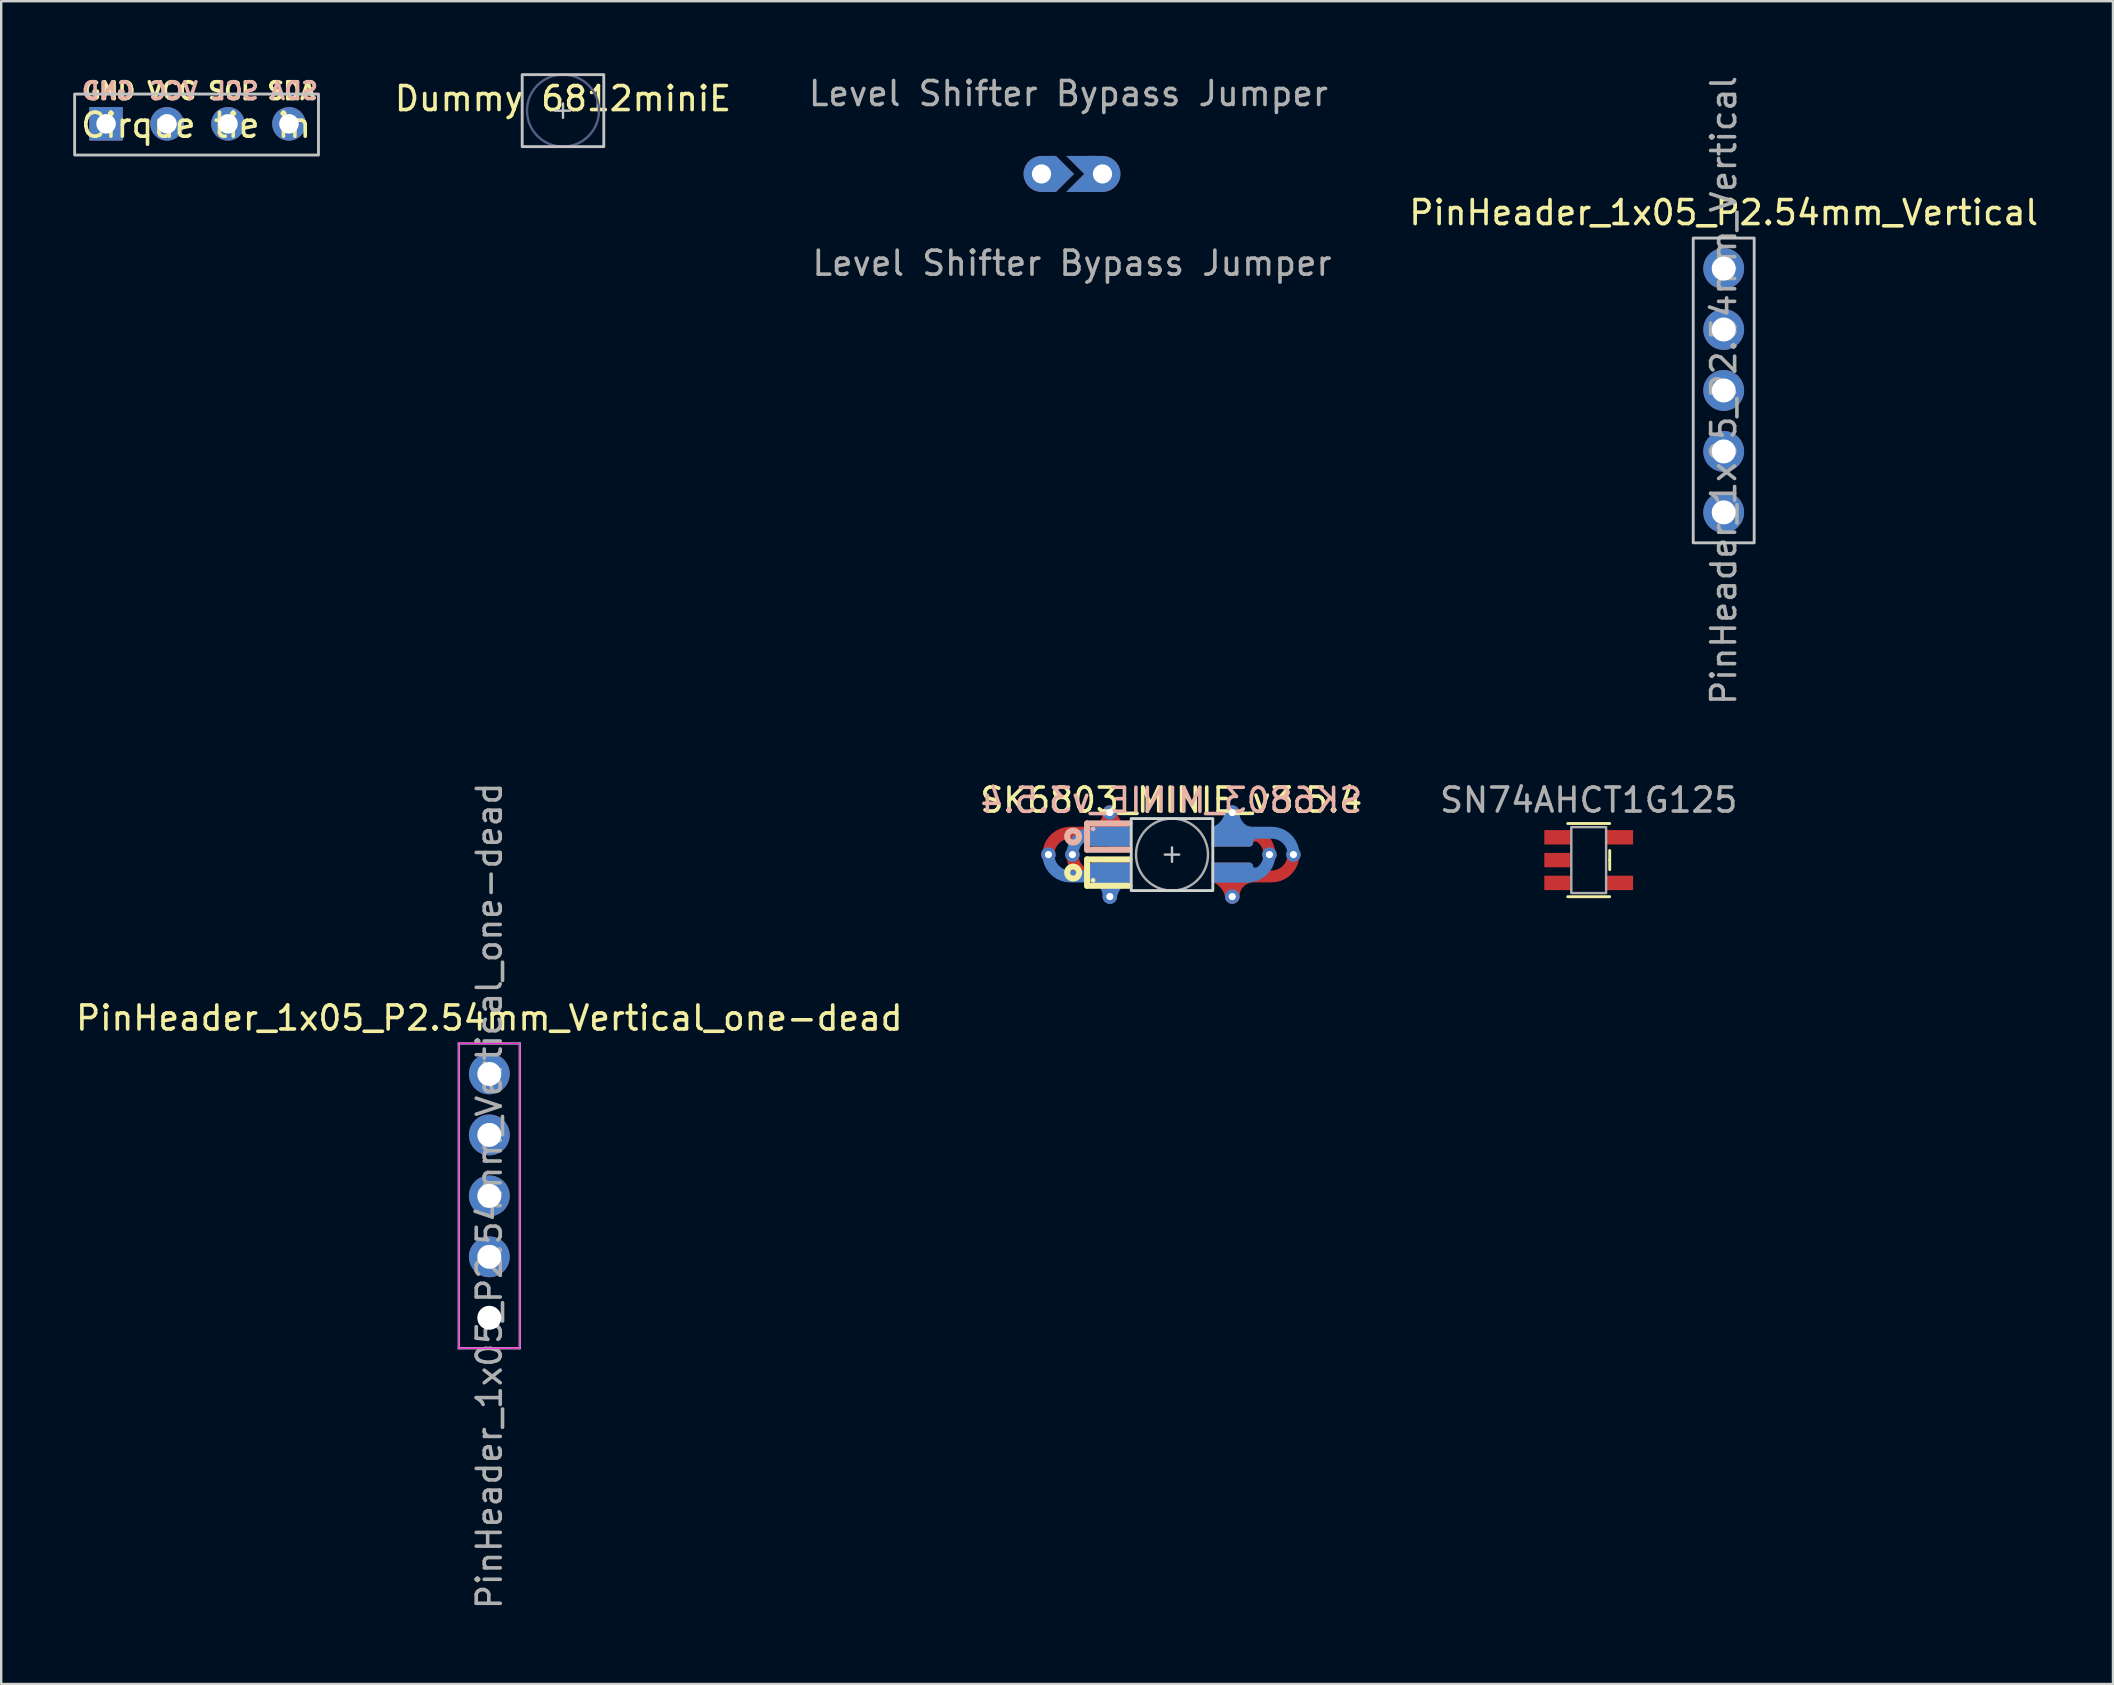
<source format=kicad_pcb>
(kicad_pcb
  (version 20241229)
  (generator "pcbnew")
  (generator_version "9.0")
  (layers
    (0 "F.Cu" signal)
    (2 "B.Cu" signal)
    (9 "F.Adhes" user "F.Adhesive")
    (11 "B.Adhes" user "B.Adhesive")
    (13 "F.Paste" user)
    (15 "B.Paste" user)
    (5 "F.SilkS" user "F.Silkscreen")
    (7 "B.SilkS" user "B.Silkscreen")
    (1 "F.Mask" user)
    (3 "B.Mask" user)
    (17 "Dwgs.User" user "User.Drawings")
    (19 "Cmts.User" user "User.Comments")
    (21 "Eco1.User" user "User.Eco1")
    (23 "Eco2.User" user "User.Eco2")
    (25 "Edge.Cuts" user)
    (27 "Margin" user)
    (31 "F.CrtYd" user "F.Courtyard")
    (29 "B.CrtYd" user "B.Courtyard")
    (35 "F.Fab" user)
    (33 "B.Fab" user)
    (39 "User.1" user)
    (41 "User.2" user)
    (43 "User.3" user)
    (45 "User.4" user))
  (footprint "PinHeader_1x05_P2.54mm_Vertical_one-dead"
    (layer "F.Cu")
    (at 17.339 41.7)
    (property "Reference" "PinHeader_1x05_P2.54mm_Vertical_one-dead" (at 0 -2.33 0) (layer "F.SilkS") (effects (font (size 1 1) (thickness 0.15))))
    (attr through_hole)
    (fp_rect (start -1.27 -1.27) (end 1.27 11.43) (stroke (width 0.05) (type default)) (fill no) (layer "F.CrtYd"))
    (fp_line (start -1.27 -1.27) (end 1.27 -1.27) (stroke (width 0.1) (type solid)) (layer "F.Fab"))
    (fp_line (start -1.27 11.43) (end -1.27 -1.27) (stroke (width 0.1) (type solid)) (layer "F.Fab"))
    (fp_line (start 1.27 -1.27) (end 1.27 11.43) (stroke (width 0.1) (type solid)) (layer "F.Fab"))
    (fp_line (start 1.27 11.43) (end -1.27 11.43) (stroke (width 0.1) (type solid)) (layer "F.Fab"))
    (fp_text user "${REFERENCE}" (at 0 5.08 90) (layer "F.Fab") (effects (font (size 1 1) (thickness 0.15))))
    (pad "" np_thru_hole circle (at 0 10.16) (size 1 1) (drill 1) (layers "*.Cu" "*.Mask"))
    (pad "1" thru_hole circle (at 0 0) (size 1.7 1.7) (drill 1) (layers "*.Cu" "*.Mask"))
    (pad "2" thru_hole oval (at 0 2.54) (size 1.7 1.7) (drill 1) (layers "*.Cu" "*.Mask"))
    (pad "3" thru_hole oval (at 0 5.08) (size 1.7 1.7) (drill 1) (layers "*.Cu" "*.Mask"))
    (pad "4" thru_hole oval (at 0 7.62) (size 1.7 1.7) (drill 1) (layers "*.Cu" "*.Mask")))
  (footprint "Dummy 6812miniE"
    (layer "F.Cu")
    (at 20.409 1.56)
    (property "Reference" "Dummy 6812miniE" (at 0 -0.5 0) (unlocked yes) (layer "F.SilkS") (effects (font (size 1 1) (thickness 0.15))))
    (attr smd board_only allow_missing_courtyard)
    (fp_line (start -0.3 0) (end 0.3 0) (stroke (width 0.1) (type solid)) (layer "Dwgs.User"))
    (fp_line (start 0 -0.3) (end 0 0.3) (stroke (width 0.1) (type solid)) (layer "Dwgs.User"))
    (fp_rect (start -1.7 -1.5) (end 1.7 1.5) (stroke (width 0.12) (type default)) (fill no) (layer "Dwgs.User"))
    (fp_circle (center 0 0) (end 0 1.5) (stroke (width 0.1) (type solid)) (fill no) (layer "B.Fab")))
  (footprint "SK6803_MINIE_v3.5.4"
    (layer "F.Cu")
    (at 45.756 32.559)
    (property "Reference" "SK6803_MINIE_v3.5.4" (at 0 -2.26 0) (layer "B.SilkS") (effects (font (size 1 1) (thickness 0.15)) (justify mirror)))
    (attr through_hole)
    (fp_line (start -3.51 1.3) (end -3.51 0.2) (stroke (width 0.25) (type solid)) (layer "F.SilkS"))
    (fp_line (start -1.74 0.2) (end -3.51 0.2) (stroke (width 0.25) (type solid)) (layer "F.SilkS"))
    (fp_line (start -1.74 1.3) (end -3.51 1.3) (stroke (width 0.25) (type solid)) (layer "F.SilkS"))
    (fp_circle (center -4.09 0.75) (end -4.34 0.75) (stroke (width 0.25) (type default)) (fill no) (layer "F.SilkS"))
    (fp_circle (center -3.26 1.072) (end -3.36 1.072) (stroke (width 0) (type solid)) (fill yes) (layer "F.SilkS"))
    (fp_line (start -3.51 -1.3) (end -3.51 -0.2) (stroke (width 0.25) (type solid)) (layer "B.SilkS"))
    (fp_line (start -1.74 -1.3) (end -3.51 -1.3) (stroke (width 0.25) (type solid)) (layer "B.SilkS"))
    (fp_line (start -1.74 -0.2) (end -3.51 -0.2) (stroke (width 0.25) (type solid)) (layer "B.SilkS"))
    (fp_circle (center -4.09 -0.75) (end -4.34 -0.75) (stroke (width 0.25) (type default)) (fill no) (layer "B.SilkS"))
    (fp_circle (center -3.26 -1.072) (end -3.36 -1.072) (stroke (width 0) (type solid)) (fill yes) (layer "B.SilkS"))
    (fp_line (start 0.03 -0.3) (end 0.03 0.3) (stroke (width 0.1) (type solid)) (layer "Dwgs.User"))
    (fp_line (start 0.33 0) (end -0.27 0) (stroke (width 0.1) (type solid)) (layer "Dwgs.User"))
    (fp_rect (start 1.73 -1.5) (end -1.67 1.5) (stroke (width 0.12) (type default)) (fill no) (layer "Edge.Cuts"))
    (fp_circle (center 0.03 0) (end 0.03 1.5) (stroke (width 0.1) (type solid)) (fill no) (layer "F.Fab"))
    (fp_text user "${REFERENCE}" (at 0 -2.27 0) (layer "F.SilkS") (effects (font (size 1 1) (thickness 0.15))))
    (pad "1" smd custom (at 2.54 -0.75 180) (size 0.82 0.82) (layers "F.Cu") (options (anchor circle)) (primitives (gr_poly (pts (xy 0.85 -0.41) (xy -0.727 -0.41) (xy -0.774 -0.401) (xy -0.814 -0.374) (xy -0.841 -0.334) (xy -0.85 -0.287) (xy -0.85 0.287) (xy -0.841 0.334) (xy -0.814 0.374) (xy -0.774 0.401) (xy -0.727 0.41) (xy 0.85 0.41)) (width 0) (fill yes)) (gr_arc (start -0.778482 -0.289144) (mid -0.899992 -0.139997) (end -1.088917 -0.176284) (width 0.15)) (gr_arc (start -0.64 0.159999) (mid -1.283467 -0.106534) (end -1.55 -0.750001) (width 0.5))))
    (pad "1" smd roundrect (at 2.54 -0.75 180) (size 1.7 0.82) (layers "F.Cu" "F.Mask" "F.Paste") (roundrect_rratio 0.15) (chamfer_ratio 0) (chamfer top_right bottom_right))
    (pad "1" smd custom (at 2.54 0.75) (size 0.82 0.82) (layers "B.Cu") (options (anchor circle)) (primitives (gr_poly (pts (xy 0.85 -0.287) (xy 0.841 -0.334) (xy 0.814 -0.374) (xy 0.774 -0.401) (xy 0.727 -0.41) (xy -0.85 -0.41) (xy -0.85 0.41) (xy 0.727 0.41) (xy 0.774 0.401) (xy 0.814 0.374) (xy 0.841 0.334) (xy 0.85 0.287)) (width 0) (fill yes)) (gr_arc (start 1.55 -0.749999) (mid 1.283467 -0.106532) (end 0.64 0.16) (width 0.5)) (gr_arc (start 1.101823 -0.182277) (mid 0.902748 -0.140006) (end 0.770001 -0.294265) (width 0.15))))
    (pad "1" smd roundrect (at 2.54 0.75) (size 1.7 0.82) (layers "B.Cu" "B.Mask" "B.Paste") (roundrect_rratio 0.15) (chamfer_ratio 0) (chamfer top_left bottom_left))
    (pad "1" thru_hole circle (at 4.09 0.000001) (size 0.6 0.6) (drill 0.3) (layers "*.Cu"))
    (pad "2" thru_hole circle (at 2.54 -1.75) (size 0.6 0.6) (drill 0.3) (layers "*.Cu"))
    (pad "2" smd custom (at 2.54 -0.75) (size 0.82 0.82) (layers "B.Cu") (options (anchor circle)) (primitives (gr_poly (pts (xy 0.85 -0.287) (xy 0.841 -0.334) (xy 0.814 -0.374) (xy 0.774 -0.401) (xy 0.727 -0.41) (xy -0.85 -0.41) (xy -0.85 0.41) (xy 0.727 0.41) (xy 0.774 0.401) (xy 0.814 0.374) (xy 0.841 0.334) (xy 0.85 0.287)) (width 0) (fill yes)) (gr_arc (start -0.000001 -1) (mid -0.178867 -0.544455) (end -0.535033 -0.208807) (width 0.6)) (gr_arc (start 0.729342 -0.1) (mid 0.205229 -0.42079) (end 0.000003 -1) (width 0.6)) (gr_arc (start 0.775915 0.285915) (mid 0.854993 0.094997) (end 1.045909 0.015915) (width 0.15)) (gr_line (start 0 0.01) (end 0 -1) (width 0.6)) (gr_line (start 0.353 -0.16) (end 1.643 -0.16) (width 0.5)) (gr_arc (start 1.642733 -0.159999) (mid 2.286198 0.106535) (end 2.552729 0.750001) (width 0.5))))
    (pad "2" smd roundrect (at 2.54 -0.75) (size 1.7 0.82) (layers "B.Cu" "B.Mask" "B.Paste") (roundrect_rratio 0.15) (chamfer_ratio 0) (chamfer top_left bottom_left))
    (pad "2" smd custom (at 2.54 0.75 180) (size 0.82 0.82) (layers "F.Cu") (options (anchor circle)) (primitives (gr_poly (pts (xy 0.85 -0.41) (xy -0.727 -0.41) (xy -0.774 -0.401) (xy -0.814 -0.374) (xy -0.841 -0.334) (xy -0.85 -0.287) (xy -0.85 0.287) (xy -0.841 0.334) (xy -0.814 0.374) (xy -0.774 0.401) (xy -0.727 0.41) (xy 0.85 0.41)) (width 0) (fill yes)) (gr_line (start 0.14 -0.16) (end -1.64 -0.16) (width 0.5)) (gr_arc (start -2.550001 0.749999) (mid -2.283467 0.106531) (end -1.639999 -0.160001) (width 0.5)) (gr_arc (start -1.044994 0.01592) (mid -0.854078 0.094999) (end -0.775 0.285915) (width 0.15)) (gr_line (start 0 0.01) (end 0 -1) (width 0.6)) (gr_arc (start -0.002735 -1) (mid -0.216563 -0.42195) (end -0.755097 -0.122208) (width 0.6)) (gr_arc (start 0.529437 -0.207237) (mid 0.175235 -0.544467) (end -0.002734 -0.999999) (width 0.6))))
    (pad "2" smd roundrect (at 2.54 0.75 180) (size 1.7 0.82) (layers "F.Cu" "F.Mask" "F.Paste") (roundrect_rratio 0.15) (chamfer_ratio 0) (chamfer top_right bottom_right))
    (pad "2" thru_hole circle (at 2.54 1.75) (size 0.6 0.6) (drill 0.3) (layers "*.Cu"))
    (pad "2" thru_hole circle (at 5.09 0.000001) (size 0.6 0.6) (drill 0.3) (layers "*.Cu"))
    (pad "3" thru_hole circle (at -4.12 0) (size 0.6 0.6) (drill 0.3) (layers "*.Cu"))
    (pad "3" smd custom (at -2.56 -0.75) (size 0.82 0.82) (layers "B.Cu") (options (anchor circle)) (primitives (gr_rect (start 0 -0.41) (end 0.85 0.41) (width 0) (fill yes)) (gr_line (start -0.15 -0.16) (end -0.65 -0.16) (width 0.5)) (gr_arc (start -1.56 0.75) (mid -1.29347 0.10653) (end -0.65 -0.16) (width 0.5)) (gr_arc (start -1.105632 0.162936) (mid -0.893184 0.135381) (end -0.770007 0.310654) (width 0.15))))
    (pad "3" smd roundrect (at -2.56 -0.75) (size 1.7 0.82) (layers "B.Cu" "B.Mask" "B.Paste") (roundrect_rratio 0.15) (chamfer_ratio 0.5) (chamfer top_left))
    (pad "3" smd custom (at -2.56 0.75 180) (size 0.82 0.82) (layers "F.Cu") (options (anchor circle)) (primitives (gr_rect (start -0.85 -0.41) (end 0 0.41) (width 0) (fill yes)) (gr_line (start 0.12 -0.16) (end 0.65 -0.16) (width 0.5)) (gr_arc (start 0.65 -0.16) (mid 1.293466 0.106534) (end 1.56 0.75) (width 0.5)) (gr_arc (start 0.770007 0.3) (mid 0.909926 0.133188) (end 1.121785 0.183385) (width 0.15))))
    (pad "3" smd roundrect (at -2.56 0.75 180) (size 1.7 0.82) (layers "F.Cu" "F.Mask" "F.Paste") (roundrect_rratio 0.15) (chamfer_ratio 0.5) (chamfer top_right))
    (pad "4" thru_hole circle (at -5.12 0) (size 0.6 0.6) (drill 0.3) (layers "*.Cu"))
    (pad "4" thru_hole circle (at -2.56 -1.75) (size 0.6 0.6) (drill 0.3) (layers "*.Cu"))
    (pad "4" smd custom (at -2.56 -0.75 180) (size 0.82 0.82) (layers "F.Cu") (options (anchor circle)) (primitives (gr_poly (pts (xy 0.85 -0.287) (xy 0.841 -0.334) (xy 0.814 -0.374) (xy 0.774 -0.401) (xy 0.727 -0.41) (xy -0.85 -0.41) (xy -0.85 0.41) (xy 0.727 0.41) (xy 0.774 0.401) (xy 0.814 0.374) (xy 0.841 0.334) (xy 0.85 0.287)) (width 0) (fill yes)) (gr_arc (start 1.045921 -0.015921) (mid 0.854998 -0.094994) (end 0.775921 -0.285915) (width 0.15)) (gr_line (start 0.36 0.16) (end 1.65 0.16) (width 0.5)) (gr_arc (start 2.56 -0.75) (mid 2.29347 -0.10653) (end 1.65 0.16) (width 0.5)) (gr_line (start 0 -0.01) (end 0 1) (width 0.6)) (gr_arc (start -0.560627 0.182775) (mid -0.187314 0.527589) (end 0 1) (width 0.6)) (gr_arc (start -0.000001 1) (mid 0.197569 0.428057) (end 0.70603 0.100001) (width 0.6))))
    (pad "4" smd roundrect (at -2.56 -0.75) (size 1.7 0.82) (layers "F.Cu" "F.Mask" "F.Paste") (roundrect_rratio 0.15) (chamfer_ratio 0) (chamfer top_right bottom_right))
    (pad "4" smd custom (at -2.56 0.75) (size 0.82 0.82) (layers "B.Cu") (options (anchor circle)) (primitives (gr_arc (start 0 1) (mid 0.178868 0.544456) (end 0.535034 0.208808) (width 0.6)) (gr_arc (start -0.729342 0.1) (mid -0.205227 0.42079) (end 0 1) (width 0.6)) (gr_poly (pts (xy 0.85 -0.41) (xy -0.727 -0.41) (xy -0.774 -0.401) (xy -0.814 -0.374) (xy -0.841 -0.334) (xy -0.85 -0.287) (xy -0.85 0.287) (xy -0.841 0.334) (xy -0.814 0.374) (xy -0.774 0.401) (xy -0.727 0.41) (xy 0.85 0.41)) (width 0) (fill yes)) (gr_arc (start -0.775921 -0.285915) (mid -0.854998 -0.094994) (end -1.045921 -0.015921) (width 0.15)) (gr_line (start -0.36 0.16) (end -1.65 0.16) (width 0.5)) (gr_arc (start -1.65 0.16) (mid -2.293466 -0.106534) (end -2.56 -0.75) (width 0.5)) (gr_line (start 0 1) (end 0 0) (width 0.6))))
    (pad "4" smd roundrect (at -2.56 0.75 180) (size 1.7 0.82) (layers "B.Cu" "B.Mask" "B.Paste") (roundrect_rratio 0.15) (chamfer_ratio 0) (chamfer top_left bottom_left))
    (pad "4" thru_hole circle (at -2.56 1.75) (size 0.6 0.6) (drill 0.3) (layers "*.Cu")))
  (footprint "Level Shifter Bypass Jumper"
    (layer "F.Cu")
    (at 41.619 4.198)
    (property "Reference" "Level Shifter Bypass Jumper" (at -0.15 -3.35 180) (layer "F.Fab") (effects (font (size 1 1) (thickness 0.15))))
    (attr through_hole exclude_from_pos_files exclude_from_bom)
    (fp_text user "${REFERENCE}" (at 0 3.72 0) (unlocked yes) (layer "F.Fab") (effects (font (size 1 1) (thickness 0.15))))
    (pad "1" thru_hole roundrect (at -1.27 0) (size 1.5 1.5) (drill 0.8) (layers "*.Cu" "*.Mask") (roundrect_rratio 0.5) (chamfer_ratio 0.15) (chamfer top_right bottom_right))
    (pad "1" smd custom (at -0.42 0 180) (size 0.25 0.25) (layers "F.Cu" "F.Mask") (options (anchor rect)) (primitives (gr_poly (pts (xy 0.25 0.75) (xy -0.5 0) (xy 0.25 -0.75) (xy 0.5 -0.75) (xy 0.5 0.75)) (width 0) (fill yes))))
    (pad "1" smd custom (at -0.42 0) (size 0.25 0.25) (layers "B.Cu" "B.Mask") (options (anchor rect)) (primitives (gr_poly (pts (xy -0.25 0.75) (xy 0.5 0) (xy -0.25 -0.75) (xy -0.5 -0.75) (xy -0.5 0.75)) (width 0) (fill yes))))
    (pad "2" smd custom (at 0.75 0 180) (size 0.25 0.25) (layers "F.Cu" "F.Mask") (options (anchor rect)) (primitives (gr_poly (pts (xy -0.26 0.75) (xy -0.26 -0.75) (xy 0.99 -0.75) (xy 0.24 0) (xy 0.99 0.75)) (width 0) (fill yes))))
    (pad "2" smd custom (at 0.75 0) (size 0.25 0.25) (layers "B.Cu" "B.Mask") (options (anchor rect)) (primitives (gr_poly (pts (xy 0.26 0.75) (xy 0.26 -0.75) (xy -0.99 -0.75) (xy -0.24 0) (xy -0.99 0.75)) (width 0) (fill yes))))
    (pad "2" thru_hole roundrect (at 1.27 0) (size 1.5 1.5) (drill 0.8) (layers "*.Cu" "*.Mask") (roundrect_rratio 0.5) (chamfer_ratio 0.1) (chamfer top_left bottom_left)))
  (footprint "SN74AHCT1G125"
    (layer "F.Cu")
    (at 63.149 32.789)
    (property "Reference" "SN74AHCT1G125" (at 0 -2.5 0) (unlocked yes) (layer "F.Fab") (effects (font (size 1 1) (thickness 0.15))))
    (attr smd)
    (fp_line (start -0.875 -1.525) (end 0.875 -1.525) (stroke (width 0.12) (type solid)) (layer "F.SilkS"))
    (fp_line (start 0.875 0) (end 0.875 -0.4) (stroke (width 0.12) (type solid)) (layer "F.SilkS"))
    (fp_line (start 0.875 0) (end 0.875 0.4) (stroke (width 0.12) (type solid)) (layer "F.SilkS"))
    (fp_line (start 0.875 1.525) (end -0.875 1.525) (stroke (width 0.12) (type solid)) (layer "F.SilkS"))
    (fp_rect (start -0.725 -1.375) (end 0.725 1.375) (stroke (width 0.1) (type solid)) (fill no) (layer "F.Fab"))
    (pad "1" smd rect (at -1.3 -0.95) (size 1.1 0.6) (layers "F.Cu" "F.Mask" "F.Paste"))
    (pad "2" smd rect (at -1.3 0) (size 1.1 0.6) (layers "F.Cu" "F.Mask" "F.Paste"))
    (pad "3" smd rect (at -1.3 0.95) (size 1.1 0.6) (layers "F.Cu" "F.Mask" "F.Paste"))
    (pad "4" smd rect (at 1.3 0.95) (size 1.1 0.6) (layers "F.Cu" "F.Mask" "F.Paste"))
    (pad "5" smd rect (at 1.3 -0.95) (size 1.1 0.6) (layers "F.Cu" "F.Mask" "F.Paste")))
  (footprint "Cirque tie in"
    (layer "F.Cu")
    (at 5.14 2.14)
    (property "Reference" "Cirque tie in" (at -0.02 0.03 0) (unlocked yes) (layer "F.SilkS") (effects (font (size 1 1) (thickness 0.15))))
    (attr through_hole)
    (fp_rect (start -5.08 1.27) (end 5.08 -1.27) (stroke (width 0.12) (type default)) (fill no) (layer "Dwgs.User"))
    (fp_text user "GND" (at -4.802 -0.99 0) (unlocked yes) (layer "F.SilkS") (effects (font (size 0.7 0.7) (thickness 0.15) (bold yes)) (justify left bottom)))
    (fp_text user "VCC" (at -2.134 -0.99 0) (unlocked yes) (layer "F.SilkS") (effects (font (size 0.7 0.7) (thickness 0.15) (bold yes)) (justify left bottom)))
    (fp_text user "SDA" (at 2.868 -0.99 0) (unlocked yes) (layer "F.SilkS") (effects (font (size 0.7 0.7) (thickness 0.15) (bold yes)) (justify left bottom)))
    (fp_text user "SCL" (at 0.4 -0.99 0) (unlocked yes) (layer "F.SilkS") (effects (font (size 0.7 0.7) (thickness 0.15) (bold yes)) (justify left bottom)))
    (fp_text user "SCL" (at 2.672 -0.99 0) (unlocked yes) (layer "B.SilkS") (effects (font (size 0.7 0.7) (thickness 0.15) (bold yes)) (justify left bottom mirror)))
    (fp_text user "GND" (at -2.53 -0.99 0) (unlocked yes) (layer "B.SilkS") (effects (font (size 0.7 0.7) (thickness 0.15) (bold yes)) (justify left bottom mirror)))
    (fp_text user "SDA" (at 5.14 -0.99 0) (unlocked yes) (layer "B.SilkS") (effects (font (size 0.7 0.7) (thickness 0.15) (bold yes)) (justify left bottom mirror)))
    (fp_text user "VCC" (at 0.138 -0.99 0) (unlocked yes) (layer "B.SilkS") (effects (font (size 0.7 0.7) (thickness 0.15) (bold yes)) (justify left bottom mirror)))
    (pad "1" thru_hole circle (at 3.85 -0.03) (size 1.397 1.397) (drill 0.813) (layers "*.Cu" "*.Mask"))
    (pad "2" thru_hole circle (at 1.31 -0.03) (size 1.397 1.397) (drill 0.813) (layers "*.Cu" "*.Mask"))
    (pad "3" thru_hole circle (at -1.23 -0.03) (size 1.397 1.397) (drill 0.813) (layers "*.Cu" "*.Mask"))
    (pad "4" thru_hole rect (at -3.77 -0.03) (size 1.397 1.397) (drill 0.813) (layers "*.Cu" "*.Mask")))
  (footprint "PinHeader_1x05_P2.54mm_Vertical"
    (layer "F.Cu")
    (at 68.774 8.14)
    (property "Reference" "PinHeader_1x05_P2.54mm_Vertical" (at 0 -2.33 0) (layer "F.SilkS") (effects (font (size 1 1) (thickness 0.15))))
    (attr through_hole)
    (fp_rect (start -1.27 -1.27) (end 1.27 11.43) (stroke (width 0.12) (type default)) (fill no) (layer "Dwgs.User"))
    (fp_text user "${REFERENCE}" (at 0 5.08 90) (layer "F.Fab") (effects (font (size 1 1) (thickness 0.15))))
    (pad "1" thru_hole circle (at 0 0) (size 1.7 1.7) (drill 1) (layers "*.Cu" "*.Mask"))
    (pad "2" thru_hole oval (at 0 2.54) (size 1.7 1.7) (drill 1) (layers "*.Cu" "*.Mask"))
    (pad "3" thru_hole oval (at 0 5.08) (size 1.7 1.7) (drill 1) (layers "*.Cu" "*.Mask"))
    (pad "4" thru_hole oval (at 0 7.62) (size 1.7 1.7) (drill 1) (layers "*.Cu" "*.Mask"))
    (pad "5" thru_hole oval (at 0 10.16) (size 1.7 1.7) (drill 1) (layers "*.Cu" "*.Mask")))
  (gr_rect
    (start -3 -3)
    (end 84.994 67.119)
    (stroke (width 0.1) (type default))
    (fill no)
    (layer "Edge.Cuts")))
</source>
